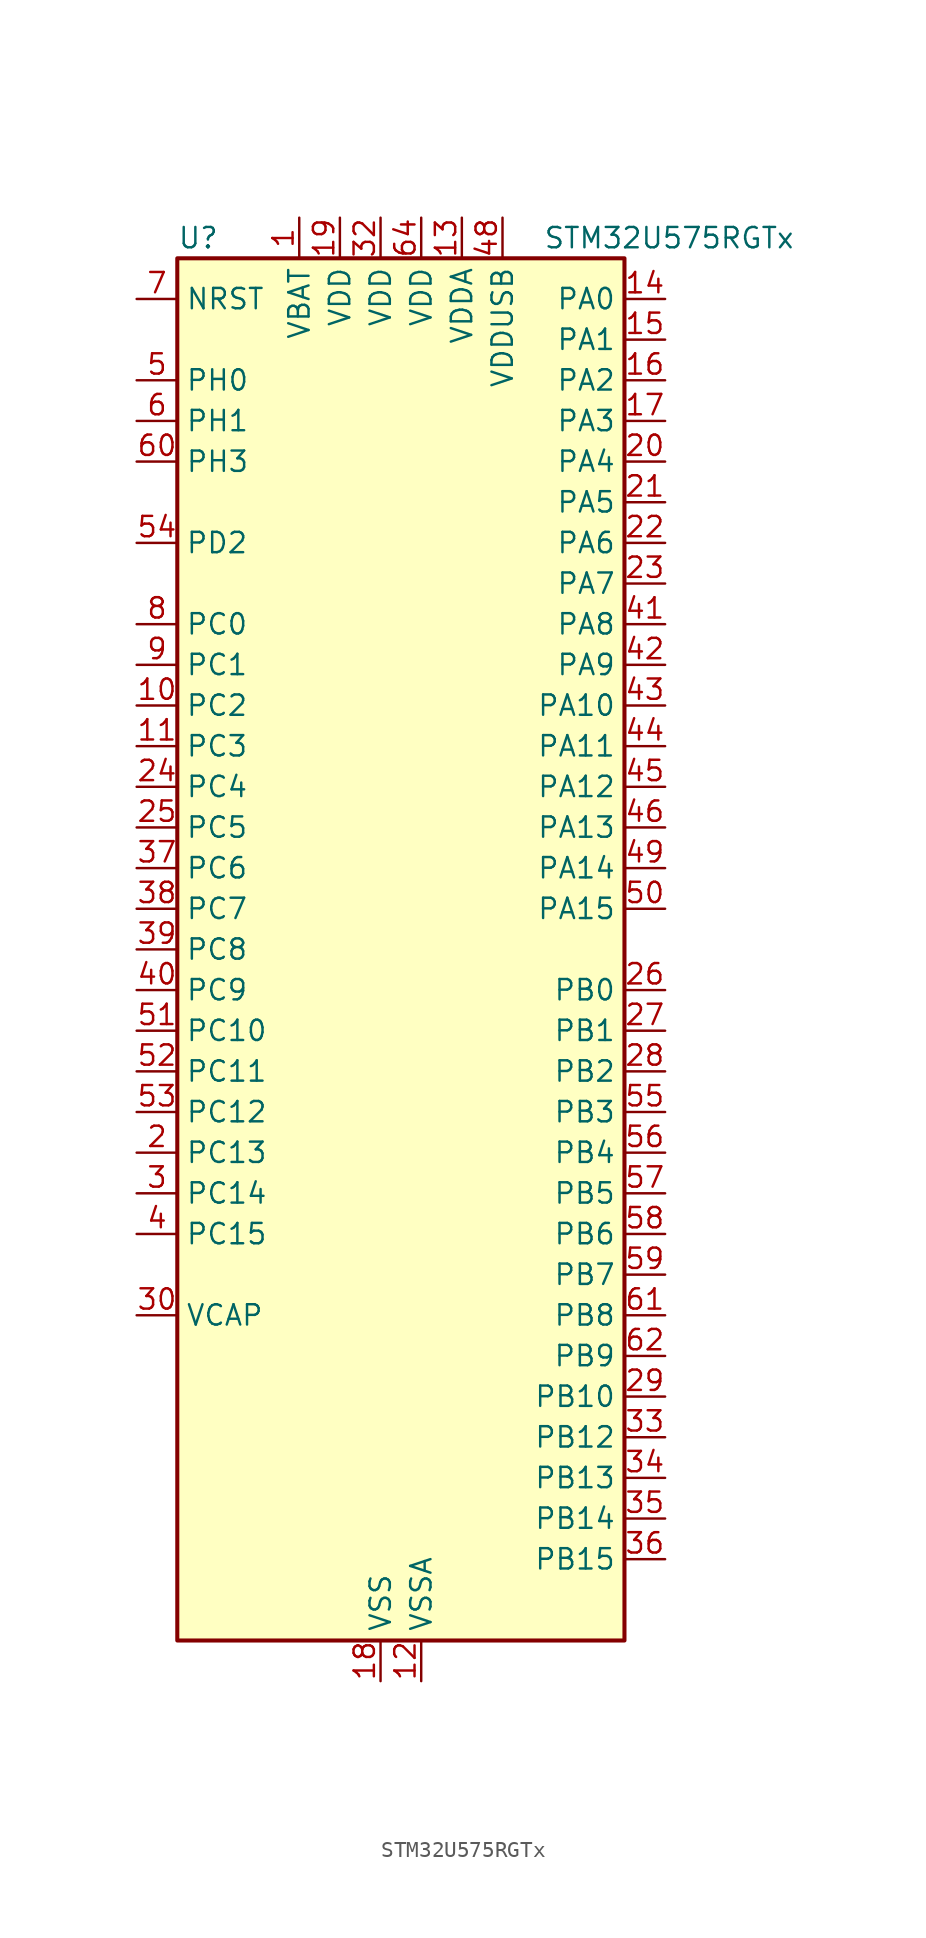
<source format=kicad_sym>
(kicad_symbol_lib
  (version 20211014)
  (generator kicad-library-utils)
  (symbol "STM32U575RGTx"
    (property "Reference" "U"
      (at -12.7 44.45 0)
      (effects (font (size 1.27 1.27)) (justify left)))
    (property "Value" "STM32U575RGTx"
      (at 10.16 44.45 0)
      (effects (font (size 1.27 1.27)) (justify left)))
    (property "ki_fp_filters" "LQFP*10x10mm*P0.5mm*"
      (at 0.0 0.0 0.0)
      (effects (font (size 1.27 1.27))))
    (symbol "STM32U575RGTx_0_1"
      (rectangle (start -12.7 -43.18) (end 15.24 43.18) (stroke (width 0.254)) (fill (type background))))
    (symbol "STM32U575RGTx_1_1"
      (pin input line (at -15.24 40.64 0) (length 2.54) (name "NRST" (effects (font (size 1.27 1.27)))) (number "7" (effects (font (size 1.27 1.27)))))
      (pin bidirectional line (at -15.24 35.56 0) (length 2.54) (name "PH0" (effects (font (size 1.27 1.27)))) (number "5" (effects (font (size 1.27 1.27)))) (alternate "RCC_OSC_IN" bidirectional line))
      (pin bidirectional line (at -15.24 33.02 0) (length 2.54) (name "PH1" (effects (font (size 1.27 1.27)))) (number "6" (effects (font (size 1.27 1.27)))) (alternate "RCC_OSC_OUT" bidirectional line))
      (pin bidirectional line (at -15.24 30.48 0) (length 2.54) (name "PH3" (effects (font (size 1.27 1.27)))) (number "60" (effects (font (size 1.27 1.27)))))
      (pin bidirectional line (at -15.24 25.4 0) (length 2.54) (name "PD2" (effects (font (size 1.27 1.27)))) (number "54" (effects (font (size 1.27 1.27)))) (alternate "DCMI_D11" bidirectional line) (alternate "DEBUG_TRACED2" bidirectional line) (alternate "LPTIM4_ETR" bidirectional line) (alternate "PSSI_D11" bidirectional line) (alternate "SDMMC1_CMD" bidirectional line) (alternate "TIM3_ETR" bidirectional line) (alternate "TSC_SYNC" bidirectional line) (alternate "UART5_RX" bidirectional line) (alternate "USART3_DE" bidirectional line) (alternate "USART3_RTS" bidirectional line))
      (pin bidirectional line (at -15.24 20.32 0) (length 2.54) (name "PC0" (effects (font (size 1.27 1.27)))) (number "8" (effects (font (size 1.27 1.27)))) (alternate "ADC1_IN1" bidirectional line) (alternate "ADC4_IN1" bidirectional line) (alternate "I2C3_SCL" bidirectional line) (alternate "LPTIM1_IN1" bidirectional line) (alternate "LPTIM2_IN1" bidirectional line) (alternate "LPUART1_RX" bidirectional line) (alternate "MDF1_SDI4" bidirectional line) (alternate "OCTOSPIM_P1_IO7" bidirectional line) (alternate "SDMMC1_D5" bidirectional line) (alternate "SPI2_RDY" bidirectional line))
      (pin bidirectional line (at -15.24 17.78 0) (length 2.54) (name "PC1" (effects (font (size 1.27 1.27)))) (number "9" (effects (font (size 1.27 1.27)))) (alternate "ADC1_IN2" bidirectional line) (alternate "ADC4_IN2" bidirectional line) (alternate "DEBUG_TRACED0" bidirectional line) (alternate "I2C3_SDA" bidirectional line) (alternate "LPTIM1_CH1" bidirectional line) (alternate "LPUART1_TX" bidirectional line) (alternate "MDF1_CKI4" bidirectional line) (alternate "OCTOSPIM_P1_IO4" bidirectional line) (alternate "SAI1_SD_A" bidirectional line) (alternate "SDMMC2_CK" bidirectional line) (alternate "SPI2_MOSI" bidirectional line))
      (pin bidirectional line (at -15.24 15.24 0) (length 2.54) (name "PC2" (effects (font (size 1.27 1.27)))) (number "10" (effects (font (size 1.27 1.27)))) (alternate "ADC1_IN3" bidirectional line) (alternate "ADC4_IN3" bidirectional line) (alternate "LPTIM1_IN2" bidirectional line) (alternate "MDF1_CCK1" bidirectional line) (alternate "OCTOSPIM_P1_IO5" bidirectional line) (alternate "SPI2_MISO" bidirectional line))
      (pin bidirectional line (at -15.24 12.7 0) (length 2.54) (name "PC3" (effects (font (size 1.27 1.27)))) (number "11" (effects (font (size 1.27 1.27)))) (alternate "ADC1_IN4" bidirectional line) (alternate "ADC4_IN4" bidirectional line) (alternate "LPTIM1_ETR" bidirectional line) (alternate "LPTIM2_ETR" bidirectional line) (alternate "LPTIM3_CH1" bidirectional line) (alternate "OCTOSPIM_P1_IO6" bidirectional line) (alternate "SAI1_D1" bidirectional line) (alternate "SAI1_SD_A" bidirectional line) (alternate "SPI2_MOSI" bidirectional line))
      (pin bidirectional line (at -15.24 10.16 0) (length 2.54) (name "PC4" (effects (font (size 1.27 1.27)))) (number "24" (effects (font (size 1.27 1.27)))) (alternate "ADC1_IN13" bidirectional line) (alternate "ADC4_IN22" bidirectional line) (alternate "COMP1_INM" bidirectional line) (alternate "OCTOSPIM_P1_IO7" bidirectional line) (alternate "USART3_TX" bidirectional line))
      (pin bidirectional line (at -15.24 7.62 0) (length 2.54) (name "PC5" (effects (font (size 1.27 1.27)))) (number "25" (effects (font (size 1.27 1.27)))) (alternate "ADC1_IN14" bidirectional line) (alternate "ADC4_IN23" bidirectional line) (alternate "COMP1_INP" bidirectional line) (alternate "PSSI_D15" bidirectional line) (alternate "PWR_WKUP5" bidirectional line) (alternate "SAI1_D3" bidirectional line) (alternate "TAMP_IN4" bidirectional line) (alternate "TAMP_OUT5" bidirectional line) (alternate "TIM1_CH4N" bidirectional line) (alternate "USART3_RX" bidirectional line))
      (pin bidirectional line (at -15.24 5.08 0) (length 2.54) (name "PC6" (effects (font (size 1.27 1.27)))) (number "37" (effects (font (size 1.27 1.27)))) (alternate "DCMI_D0" bidirectional line) (alternate "MDF1_CKI3" bidirectional line) (alternate "PSSI_D0" bidirectional line) (alternate "PWR_CSLEEP" bidirectional line) (alternate "SDMMC1_D0DIR" bidirectional line) (alternate "SDMMC1_D6" bidirectional line) (alternate "SDMMC2_D6" bidirectional line) (alternate "TIM3_CH1" bidirectional line) (alternate "TIM8_CH1" bidirectional line) (alternate "TSC_G4_IO1" bidirectional line))
      (pin bidirectional line (at -15.24 2.54 0) (length 2.54) (name "PC7" (effects (font (size 1.27 1.27)))) (number "38" (effects (font (size 1.27 1.27)))) (alternate "DCMI_D1" bidirectional line) (alternate "LPTIM2_CH2" bidirectional line) (alternate "MDF1_SDI3" bidirectional line) (alternate "PSSI_D1" bidirectional line) (alternate "PWR_CDSTOP" bidirectional line) (alternate "SDMMC1_D123DIR" bidirectional line) (alternate "SDMMC1_D7" bidirectional line) (alternate "SDMMC2_D7" bidirectional line) (alternate "TIM3_CH2" bidirectional line) (alternate "TIM8_CH2" bidirectional line) (alternate "TSC_G4_IO2" bidirectional line))
      (pin bidirectional line (at -15.24 0.0 0) (length 2.54) (name "PC8" (effects (font (size 1.27 1.27)))) (number "39" (effects (font (size 1.27 1.27)))) (alternate "DCMI_D2" bidirectional line) (alternate "LPTIM3_CH1" bidirectional line) (alternate "PSSI_D2" bidirectional line) (alternate "PWR_SRDSTOP" bidirectional line) (alternate "SDMMC1_D0" bidirectional line) (alternate "TIM3_CH3" bidirectional line) (alternate "TIM8_CH3" bidirectional line) (alternate "TSC_G4_IO3" bidirectional line))
      (pin bidirectional line (at -15.24 -2.54 0) (length 2.54) (name "PC9" (effects (font (size 1.27 1.27)))) (number "40" (effects (font (size 1.27 1.27)))) (alternate "DAC1_EXTI9" bidirectional line) (alternate "DCMI_D3" bidirectional line) (alternate "DEBUG_TRACED0" bidirectional line) (alternate "LPTIM3_CH2" bidirectional line) (alternate "PSSI_D3" bidirectional line) (alternate "SDMMC1_D1" bidirectional line) (alternate "TIM3_CH4" bidirectional line) (alternate "TIM8_BKIN2" bidirectional line) (alternate "TIM8_CH4" bidirectional line) (alternate "TSC_G4_IO4" bidirectional line) (alternate "USB_OTG_FS_NOE" bidirectional line))
      (pin bidirectional line (at -15.24 -5.08 0) (length 2.54) (name "PC10" (effects (font (size 1.27 1.27)))) (number "51" (effects (font (size 1.27 1.27)))) (alternate "ADF1_CCK1" bidirectional line) (alternate "DCMI_D8" bidirectional line) (alternate "DEBUG_TRACED1" bidirectional line) (alternate "LPTIM3_ETR" bidirectional line) (alternate "PSSI_D8" bidirectional line) (alternate "SDMMC1_D2" bidirectional line) (alternate "SPI3_SCK" bidirectional line) (alternate "TSC_G3_IO2" bidirectional line) (alternate "UART4_TX" bidirectional line) (alternate "USART3_TX" bidirectional line))
      (pin bidirectional line (at -15.24 -7.62 0) (length 2.54) (name "PC11" (effects (font (size 1.27 1.27)))) (number "52" (effects (font (size 1.27 1.27)))) (alternate "ADC1_EXTI11" bidirectional line) (alternate "ADF1_SDI0" bidirectional line) (alternate "DCMI_D2" bidirectional line) (alternate "DCMI_D4" bidirectional line) (alternate "LPTIM3_IN1" bidirectional line) (alternate "OCTOSPIM_P1_NCS" bidirectional line) (alternate "PSSI_D2" bidirectional line) (alternate "PSSI_D4" bidirectional line) (alternate "SDMMC1_D3" bidirectional line) (alternate "SPI3_MISO" bidirectional line) (alternate "TSC_G3_IO3" bidirectional line) (alternate "UART4_RX" bidirectional line) (alternate "UCPD1_FRSTX2" bidirectional line) (alternate "USART3_RX" bidirectional line))
      (pin bidirectional line (at -15.24 -10.16 0) (length 2.54) (name "PC12" (effects (font (size 1.27 1.27)))) (number "53" (effects (font (size 1.27 1.27)))) (alternate "DCMI_D9" bidirectional line) (alternate "DEBUG_TRACED3" bidirectional line) (alternate "PSSI_D9" bidirectional line) (alternate "SDMMC1_CK" bidirectional line) (alternate "SPI3_MOSI" bidirectional line) (alternate "TSC_G3_IO4" bidirectional line) (alternate "UART5_TX" bidirectional line) (alternate "USART3_CK" bidirectional line))
      (pin bidirectional line (at -15.24 -12.7 0) (length 2.54) (name "PC13" (effects (font (size 1.27 1.27)))) (number "2" (effects (font (size 1.27 1.27)))) (alternate "PWR_WKUP2" bidirectional line) (alternate "RTC_OUT1" bidirectional line) (alternate "RTC_TS" bidirectional line) (alternate "TAMP_IN1" bidirectional line) (alternate "TAMP_OUT2" bidirectional line))
      (pin bidirectional line (at -15.24 -15.24 0) (length 2.54) (name "PC14" (effects (font (size 1.27 1.27)))) (number "3" (effects (font (size 1.27 1.27)))) (alternate "RCC_OSC32_IN" bidirectional line))
      (pin bidirectional line (at -15.24 -17.78 0) (length 2.54) (name "PC15" (effects (font (size 1.27 1.27)))) (number "4" (effects (font (size 1.27 1.27)))) (alternate "ADC1_EXTI15" bidirectional line) (alternate "ADC4_EXTI15" bidirectional line) (alternate "RCC_OSC32_OUT" bidirectional line))
      (pin power_out line (at -15.24 -22.86 0) (length 2.54) (name "VCAP" (effects (font (size 1.27 1.27)))) (number "30" (effects (font (size 1.27 1.27)))))
      (pin bidirectional line (at 17.78 40.64 180) (length 2.54) (name "PA0" (effects (font (size 1.27 1.27)))) (number "14" (effects (font (size 1.27 1.27)))) (alternate "ADC1_IN5" bidirectional line) (alternate "AUDIOCLK" bidirectional line) (alternate "OCTOSPIM_P2_NCS" bidirectional line) (alternate "OPAMP1_VINP" bidirectional line) (alternate "PWR_WKUP1" bidirectional line) (alternate "SDMMC2_CMD" bidirectional line) (alternate "SPI3_RDY" bidirectional line) (alternate "TAMP_IN2" bidirectional line) (alternate "TAMP_OUT1" bidirectional line) (alternate "TIM2_CH1" bidirectional line) (alternate "TIM2_ETR" bidirectional line) (alternate "TIM5_CH1" bidirectional line) (alternate "TIM8_ETR" bidirectional line) (alternate "UART4_TX" bidirectional line) (alternate "USART2_CTS" bidirectional line))
      (pin bidirectional line (at 17.78 38.1 180) (length 2.54) (name "PA1" (effects (font (size 1.27 1.27)))) (number "15" (effects (font (size 1.27 1.27)))) (alternate "ADC1_IN6" bidirectional line) (alternate "I2C1_SMBA" bidirectional line) (alternate "LPTIM1_CH2" bidirectional line) (alternate "OCTOSPIM_P1_DQS" bidirectional line) (alternate "OPAMP1_VINM" bidirectional line) (alternate "PWR_WKUP3" bidirectional line) (alternate "SPI1_SCK" bidirectional line) (alternate "TAMP_IN5" bidirectional line) (alternate "TAMP_OUT4" bidirectional line) (alternate "TIM15_CH1N" bidirectional line) (alternate "TIM2_CH2" bidirectional line) (alternate "TIM5_CH2" bidirectional line) (alternate "UART4_RX" bidirectional line) (alternate "USART2_DE" bidirectional line) (alternate "USART2_RTS" bidirectional line))
      (pin bidirectional line (at 17.78 35.56 180) (length 2.54) (name "PA2" (effects (font (size 1.27 1.27)))) (number "16" (effects (font (size 1.27 1.27)))) (alternate "ADC1_IN7" bidirectional line) (alternate "COMP1_INP" bidirectional line) (alternate "LPUART1_TX" bidirectional line) (alternate "OCTOSPIM_P1_NCS" bidirectional line) (alternate "PWR_WKUP4" bidirectional line) (alternate "RCC_LSCO" bidirectional line) (alternate "SPI1_RDY" bidirectional line) (alternate "TIM15_CH1" bidirectional line) (alternate "TIM2_CH3" bidirectional line) (alternate "TIM5_CH3" bidirectional line) (alternate "UCPD1_FRSTX1" bidirectional line) (alternate "USART2_TX" bidirectional line))
      (pin bidirectional line (at 17.78 33.02 180) (length 2.54) (name "PA3" (effects (font (size 1.27 1.27)))) (number "17" (effects (font (size 1.27 1.27)))) (alternate "ADC1_IN8" bidirectional line) (alternate "LPUART1_RX" bidirectional line) (alternate "OCTOSPIM_P1_CLK" bidirectional line) (alternate "OPAMP1_VOUT" bidirectional line) (alternate "PWR_WKUP5" bidirectional line) (alternate "SAI1_CK1" bidirectional line) (alternate "SAI1_MCLK_A" bidirectional line) (alternate "TIM15_CH2" bidirectional line) (alternate "TIM2_CH4" bidirectional line) (alternate "TIM5_CH4" bidirectional line) (alternate "USART2_RX" bidirectional line))
      (pin bidirectional line (at 17.78 30.48 180) (length 2.54) (name "PA4" (effects (font (size 1.27 1.27)))) (number "20" (effects (font (size 1.27 1.27)))) (alternate "ADC1_IN9" bidirectional line) (alternate "ADC4_IN9" bidirectional line) (alternate "DAC1_OUT1" bidirectional line) (alternate "DCMI_HSYNC" bidirectional line) (alternate "LPTIM2_CH1" bidirectional line) (alternate "OCTOSPIM_P1_NCS" bidirectional line) (alternate "PSSI_DE" bidirectional line) (alternate "PWR_WKUP2" bidirectional line) (alternate "SAI1_FS_B" bidirectional line) (alternate "SPI1_NSS" bidirectional line) (alternate "SPI3_NSS" bidirectional line) (alternate "USART2_CK" bidirectional line))
      (pin bidirectional line (at 17.78 27.94 180) (length 2.54) (name "PA5" (effects (font (size 1.27 1.27)))) (number "21" (effects (font (size 1.27 1.27)))) (alternate "ADC1_IN10" bidirectional line) (alternate "ADC4_IN10" bidirectional line) (alternate "DAC1_OUT2" bidirectional line) (alternate "LPTIM2_ETR" bidirectional line) (alternate "PSSI_D14" bidirectional line) (alternate "PWR_CSLEEP" bidirectional line) (alternate "PWR_WKUP6" bidirectional line) (alternate "SPI1_SCK" bidirectional line) (alternate "TIM2_CH1" bidirectional line) (alternate "TIM2_ETR" bidirectional line) (alternate "TIM8_CH1N" bidirectional line) (alternate "USART3_RX" bidirectional line))
      (pin bidirectional line (at 17.78 25.4 180) (length 2.54) (name "PA6" (effects (font (size 1.27 1.27)))) (number "22" (effects (font (size 1.27 1.27)))) (alternate "ADC1_IN11" bidirectional line) (alternate "ADC4_IN11" bidirectional line) (alternate "DCMI_PIXCLK" bidirectional line) (alternate "LPUART1_CTS" bidirectional line) (alternate "OCTOSPIM_P1_IO3" bidirectional line) (alternate "OPAMP2_VINP" bidirectional line) (alternate "PSSI_PDCK" bidirectional line) (alternate "PWR_CDSTOP" bidirectional line) (alternate "PWR_WKUP7" bidirectional line) (alternate "SPI1_MISO" bidirectional line) (alternate "TIM16_CH1" bidirectional line) (alternate "TIM1_BKIN" bidirectional line) (alternate "TIM3_CH1" bidirectional line) (alternate "TIM8_BKIN" bidirectional line) (alternate "USART3_CTS" bidirectional line))
      (pin bidirectional line (at 17.78 22.86 180) (length 2.54) (name "PA7" (effects (font (size 1.27 1.27)))) (number "23" (effects (font (size 1.27 1.27)))) (alternate "ADC1_IN12" bidirectional line) (alternate "ADC4_IN20" bidirectional line) (alternate "I2C3_SCL" bidirectional line) (alternate "LPTIM2_CH2" bidirectional line) (alternate "OCTOSPIM_P1_IO2" bidirectional line) (alternate "OPAMP2_VINM" bidirectional line) (alternate "PWR_SRDSTOP" bidirectional line) (alternate "PWR_WKUP8" bidirectional line) (alternate "SPI1_MOSI" bidirectional line) (alternate "TIM17_CH1" bidirectional line) (alternate "TIM1_CH1N" bidirectional line) (alternate "TIM3_CH2" bidirectional line) (alternate "TIM8_CH1N" bidirectional line) (alternate "USART3_TX" bidirectional line))
      (pin bidirectional line (at 17.78 20.32 180) (length 2.54) (name "PA8" (effects (font (size 1.27 1.27)))) (number "41" (effects (font (size 1.27 1.27)))) (alternate "DEBUG_TRACECLK" bidirectional line) (alternate "LPTIM2_CH1" bidirectional line) (alternate "RCC_MCO" bidirectional line) (alternate "SAI1_CK2" bidirectional line) (alternate "SAI1_SCK_A" bidirectional line) (alternate "SPI1_RDY" bidirectional line) (alternate "TIM1_CH1" bidirectional line) (alternate "USART1_CK" bidirectional line) (alternate "USB_OTG_FS_SOF" bidirectional line))
      (pin bidirectional line (at 17.78 17.78 180) (length 2.54) (name "PA9" (effects (font (size 1.27 1.27)))) (number "42" (effects (font (size 1.27 1.27)))) (alternate "DAC1_EXTI9" bidirectional line) (alternate "DCMI_D0" bidirectional line) (alternate "PSSI_D0" bidirectional line) (alternate "SAI1_FS_A" bidirectional line) (alternate "SPI2_SCK" bidirectional line) (alternate "TIM15_BKIN" bidirectional line) (alternate "TIM1_CH2" bidirectional line) (alternate "USART1_TX" bidirectional line) (alternate "USB_OTG_FS_VBUS" bidirectional line))
      (pin bidirectional line (at 17.78 15.24 180) (length 2.54) (name "PA10" (effects (font (size 1.27 1.27)))) (number "43" (effects (font (size 1.27 1.27)))) (alternate "CRS_SYNC" bidirectional line) (alternate "DCMI_D1" bidirectional line) (alternate "LPTIM2_IN2" bidirectional line) (alternate "PSSI_D1" bidirectional line) (alternate "SAI1_D1" bidirectional line) (alternate "SAI1_SD_A" bidirectional line) (alternate "TIM17_BKIN" bidirectional line) (alternate "TIM1_CH3" bidirectional line) (alternate "USART1_RX" bidirectional line) (alternate "USB_OTG_FS_ID" bidirectional line))
      (pin bidirectional line (at 17.78 12.7 180) (length 2.54) (name "PA11" (effects (font (size 1.27 1.27)))) (number "44" (effects (font (size 1.27 1.27)))) (alternate "ADC1_EXTI11" bidirectional line) (alternate "FDCAN1_RX" bidirectional line) (alternate "SPI1_MISO" bidirectional line) (alternate "TIM1_BKIN2" bidirectional line) (alternate "TIM1_CH4" bidirectional line) (alternate "USART1_CTS" bidirectional line) (alternate "USB_OTG_FS_DM" bidirectional line))
      (pin bidirectional line (at 17.78 10.16 180) (length 2.54) (name "PA12" (effects (font (size 1.27 1.27)))) (number "45" (effects (font (size 1.27 1.27)))) (alternate "FDCAN1_TX" bidirectional line) (alternate "OCTOSPIM_P2_NCS" bidirectional line) (alternate "SPI1_MOSI" bidirectional line) (alternate "TIM1_ETR" bidirectional line) (alternate "USART1_DE" bidirectional line) (alternate "USART1_RTS" bidirectional line) (alternate "USB_OTG_FS_DP" bidirectional line))
      (pin bidirectional line (at 17.78 7.62 180) (length 2.54) (name "PA13" (effects (font (size 1.27 1.27)))) (number "46" (effects (font (size 1.27 1.27)))) (alternate "DEBUG_JTMS-SWDIO" bidirectional line) (alternate "IR_OUT" bidirectional line) (alternate "SAI1_SD_B" bidirectional line) (alternate "USB_OTG_FS_NOE" bidirectional line))
      (pin bidirectional line (at 17.78 5.08 180) (length 2.54) (name "PA14" (effects (font (size 1.27 1.27)))) (number "49" (effects (font (size 1.27 1.27)))) (alternate "DEBUG_JTCK-SWCLK" bidirectional line) (alternate "I2C1_SMBA" bidirectional line) (alternate "I2C4_SMBA" bidirectional line) (alternate "LPTIM1_CH1" bidirectional line) (alternate "SAI1_FS_B" bidirectional line) (alternate "USB_OTG_FS_SOF" bidirectional line))
      (pin bidirectional line (at 17.78 2.54 180) (length 2.54) (name "PA15" (effects (font (size 1.27 1.27)))) (number "50" (effects (font (size 1.27 1.27)))) (alternate "ADC1_EXTI15" bidirectional line) (alternate "ADC4_EXTI15" bidirectional line) (alternate "DEBUG_JTDI" bidirectional line) (alternate "SPI1_NSS" bidirectional line) (alternate "SPI3_NSS" bidirectional line) (alternate "TIM2_CH1" bidirectional line) (alternate "TIM2_ETR" bidirectional line) (alternate "UART4_DE" bidirectional line) (alternate "UART4_RTS" bidirectional line) (alternate "UCPD1_CC1" bidirectional line) (alternate "USART2_RX" bidirectional line) (alternate "USART3_DE" bidirectional line) (alternate "USART3_RTS" bidirectional line))
      (pin bidirectional line (at 17.78 -2.54 180) (length 2.54) (name "PB0" (effects (font (size 1.27 1.27)))) (number "26" (effects (font (size 1.27 1.27)))) (alternate "ADC1_IN15" bidirectional line) (alternate "ADC4_IN18" bidirectional line) (alternate "AUDIOCLK" bidirectional line) (alternate "COMP1_OUT" bidirectional line) (alternate "LPTIM3_CH1" bidirectional line) (alternate "OCTOSPIM_P1_IO1" bidirectional line) (alternate "OPAMP2_VOUT" bidirectional line) (alternate "SPI1_NSS" bidirectional line) (alternate "TIM1_CH2N" bidirectional line) (alternate "TIM3_CH3" bidirectional line) (alternate "TIM8_CH2N" bidirectional line) (alternate "USART3_CK" bidirectional line))
      (pin bidirectional line (at 17.78 -5.08 180) (length 2.54) (name "PB1" (effects (font (size 1.27 1.27)))) (number "27" (effects (font (size 1.27 1.27)))) (alternate "ADC1_IN16" bidirectional line) (alternate "ADC4_IN19" bidirectional line) (alternate "COMP1_INM" bidirectional line) (alternate "LPTIM2_IN1" bidirectional line) (alternate "LPTIM3_CH2" bidirectional line) (alternate "LPUART1_DE" bidirectional line) (alternate "LPUART1_RTS" bidirectional line) (alternate "MDF1_SDI0" bidirectional line) (alternate "OCTOSPIM_P1_IO0" bidirectional line) (alternate "PWR_WKUP4" bidirectional line) (alternate "TIM1_CH3N" bidirectional line) (alternate "TIM3_CH4" bidirectional line) (alternate "TIM8_CH3N" bidirectional line) (alternate "USART3_DE" bidirectional line) (alternate "USART3_RTS" bidirectional line))
      (pin bidirectional line (at 17.78 -7.62 180) (length 2.54) (name "PB2" (effects (font (size 1.27 1.27)))) (number "28" (effects (font (size 1.27 1.27)))) (alternate "ADC1_IN17" bidirectional line) (alternate "COMP1_INP" bidirectional line) (alternate "I2C3_SMBA" bidirectional line) (alternate "LPTIM1_CH1" bidirectional line) (alternate "MDF1_CKI0" bidirectional line) (alternate "OCTOSPIM_P1_DQS" bidirectional line) (alternate "PWR_WKUP1" bidirectional line) (alternate "RTC_OUT2" bidirectional line) (alternate "SPI1_RDY" bidirectional line) (alternate "TIM8_CH4N" bidirectional line) (alternate "UCPD1_FRSTX1" bidirectional line))
      (pin bidirectional line (at 17.78 -10.16 180) (length 2.54) (name "PB3" (effects (font (size 1.27 1.27)))) (number "55" (effects (font (size 1.27 1.27)))) (alternate "ADF1_CCK0" bidirectional line) (alternate "COMP2_INM" bidirectional line) (alternate "CRS_SYNC" bidirectional line) (alternate "DEBUG_JTDO-SWO" bidirectional line) (alternate "I2C1_SDA" bidirectional line) (alternate "LPTIM1_CH1" bidirectional line) (alternate "SAI1_SCK_B" bidirectional line) (alternate "SDMMC2_D2" bidirectional line) (alternate "SPI1_SCK" bidirectional line) (alternate "SPI3_SCK" bidirectional line) (alternate "TIM2_CH2" bidirectional line) (alternate "USART1_DE" bidirectional line) (alternate "USART1_RTS" bidirectional line))
      (pin bidirectional line (at 17.78 -12.7 180) (length 2.54) (name "PB4" (effects (font (size 1.27 1.27)))) (number "56" (effects (font (size 1.27 1.27)))) (alternate "ADF1_SDI0" bidirectional line) (alternate "COMP2_INP" bidirectional line) (alternate "DCMI_D12" bidirectional line) (alternate "DEBUG_JTRST" bidirectional line) (alternate "I2C3_SDA" bidirectional line) (alternate "LPTIM1_CH2" bidirectional line) (alternate "PSSI_D12" bidirectional line) (alternate "SAI1_MCLK_B" bidirectional line) (alternate "SDMMC2_D3" bidirectional line) (alternate "SPI1_MISO" bidirectional line) (alternate "SPI3_MISO" bidirectional line) (alternate "TIM17_BKIN" bidirectional line) (alternate "TIM3_CH1" bidirectional line) (alternate "TSC_G2_IO1" bidirectional line) (alternate "UART5_DE" bidirectional line) (alternate "UART5_RTS" bidirectional line) (alternate "USART1_CTS" bidirectional line))
      (pin bidirectional line (at 17.78 -15.24 180) (length 2.54) (name "PB5" (effects (font (size 1.27 1.27)))) (number "57" (effects (font (size 1.27 1.27)))) (alternate "COMP2_OUT" bidirectional line) (alternate "DCMI_D10" bidirectional line) (alternate "I2C1_SMBA" bidirectional line) (alternate "LPTIM1_IN1" bidirectional line) (alternate "OCTOSPIM_P1_NCLK" bidirectional line) (alternate "PSSI_D10" bidirectional line) (alternate "PWR_WKUP6" bidirectional line) (alternate "SAI1_SD_B" bidirectional line) (alternate "SPI1_MOSI" bidirectional line) (alternate "SPI3_MOSI" bidirectional line) (alternate "TIM16_BKIN" bidirectional line) (alternate "TIM3_CH2" bidirectional line) (alternate "TSC_G2_IO2" bidirectional line) (alternate "UART5_CTS" bidirectional line) (alternate "UCPD1_DBCC1" bidirectional line) (alternate "USART1_CK" bidirectional line))
      (pin bidirectional line (at 17.78 -17.78 180) (length 2.54) (name "PB6" (effects (font (size 1.27 1.27)))) (number "58" (effects (font (size 1.27 1.27)))) (alternate "COMP2_INP" bidirectional line) (alternate "DCMI_D5" bidirectional line) (alternate "I2C1_SCL" bidirectional line) (alternate "I2C4_SCL" bidirectional line) (alternate "LPTIM1_ETR" bidirectional line) (alternate "MDF1_SDI5" bidirectional line) (alternate "PSSI_D5" bidirectional line) (alternate "PWR_WKUP3" bidirectional line) (alternate "SAI1_FS_B" bidirectional line) (alternate "TIM16_CH1N" bidirectional line) (alternate "TIM4_CH1" bidirectional line) (alternate "TIM8_BKIN2" bidirectional line) (alternate "TSC_G2_IO3" bidirectional line) (alternate "USART1_TX" bidirectional line))
      (pin bidirectional line (at 17.78 -20.32 180) (length 2.54) (name "PB7" (effects (font (size 1.27 1.27)))) (number "59" (effects (font (size 1.27 1.27)))) (alternate "COMP2_INM" bidirectional line) (alternate "DCMI_VSYNC" bidirectional line) (alternate "I2C1_SDA" bidirectional line) (alternate "I2C4_SDA" bidirectional line) (alternate "LPTIM1_IN2" bidirectional line) (alternate "MDF1_CKI5" bidirectional line) (alternate "PSSI_RDY" bidirectional line) (alternate "PWR_PVD_IN" bidirectional line) (alternate "PWR_WKUP4" bidirectional line) (alternate "TIM17_CH1N" bidirectional line) (alternate "TIM4_CH2" bidirectional line) (alternate "TIM8_BKIN" bidirectional line) (alternate "TSC_G2_IO4" bidirectional line) (alternate "UART4_CTS" bidirectional line) (alternate "USART1_RX" bidirectional line))
      (pin bidirectional line (at 17.78 -22.86 180) (length 2.54) (name "PB8" (effects (font (size 1.27 1.27)))) (number "61" (effects (font (size 1.27 1.27)))) (alternate "DCMI_D6" bidirectional line) (alternate "FDCAN1_RX" bidirectional line) (alternate "I2C1_SCL" bidirectional line) (alternate "MDF1_CCK0" bidirectional line) (alternate "PSSI_D6" bidirectional line) (alternate "PWR_WKUP5" bidirectional line) (alternate "SAI1_CK1" bidirectional line) (alternate "SAI1_MCLK_A" bidirectional line) (alternate "SDMMC1_CKIN" bidirectional line) (alternate "SDMMC1_D4" bidirectional line) (alternate "SDMMC2_D4" bidirectional line) (alternate "SPI3_RDY" bidirectional line) (alternate "TIM16_CH1" bidirectional line) (alternate "TIM4_CH3" bidirectional line))
      (pin bidirectional line (at 17.78 -25.4 180) (length 2.54) (name "PB9" (effects (font (size 1.27 1.27)))) (number "62" (effects (font (size 1.27 1.27)))) (alternate "DAC1_EXTI9" bidirectional line) (alternate "DCMI_D7" bidirectional line) (alternate "FDCAN1_TX" bidirectional line) (alternate "I2C1_SDA" bidirectional line) (alternate "IR_OUT" bidirectional line) (alternate "PSSI_D7" bidirectional line) (alternate "SAI1_D2" bidirectional line) (alternate "SAI1_FS_A" bidirectional line) (alternate "SDMMC1_CDIR" bidirectional line) (alternate "SDMMC1_D5" bidirectional line) (alternate "SDMMC2_D5" bidirectional line) (alternate "SPI2_NSS" bidirectional line) (alternate "TIM17_CH1" bidirectional line) (alternate "TIM4_CH4" bidirectional line))
      (pin bidirectional line (at 17.78 -27.94 180) (length 2.54) (name "PB10" (effects (font (size 1.27 1.27)))) (number "29" (effects (font (size 1.27 1.27)))) (alternate "COMP1_OUT" bidirectional line) (alternate "I2C2_SCL" bidirectional line) (alternate "I2C4_SCL" bidirectional line) (alternate "LPTIM3_CH1" bidirectional line) (alternate "LPUART1_RX" bidirectional line) (alternate "OCTOSPIM_P1_CLK" bidirectional line) (alternate "PWR_WKUP8" bidirectional line) (alternate "SAI1_SCK_A" bidirectional line) (alternate "SPI2_SCK" bidirectional line) (alternate "TIM2_CH3" bidirectional line) (alternate "TSC_SYNC" bidirectional line) (alternate "USART3_TX" bidirectional line))
      (pin bidirectional line (at 17.78 -30.48 180) (length 2.54) (name "PB12" (effects (font (size 1.27 1.27)))) (number "33" (effects (font (size 1.27 1.27)))) (alternate "I2C2_SMBA" bidirectional line) (alternate "LPUART1_DE" bidirectional line) (alternate "LPUART1_RTS" bidirectional line) (alternate "MDF1_SDI1" bidirectional line) (alternate "OCTOSPIM_P1_NCLK" bidirectional line) (alternate "SPI2_NSS" bidirectional line) (alternate "TIM15_BKIN" bidirectional line) (alternate "TIM1_BKIN" bidirectional line) (alternate "TSC_G1_IO1" bidirectional line) (alternate "USART3_CK" bidirectional line))
      (pin bidirectional line (at 17.78 -33.02 180) (length 2.54) (name "PB13" (effects (font (size 1.27 1.27)))) (number "34" (effects (font (size 1.27 1.27)))) (alternate "I2C2_SCL" bidirectional line) (alternate "LPTIM3_IN1" bidirectional line) (alternate "LPUART1_CTS" bidirectional line) (alternate "MDF1_CKI1" bidirectional line) (alternate "SPI2_SCK" bidirectional line) (alternate "TIM15_CH1N" bidirectional line) (alternate "TIM1_CH1N" bidirectional line) (alternate "TSC_G1_IO2" bidirectional line) (alternate "USART3_CTS" bidirectional line))
      (pin bidirectional line (at 17.78 -35.56 180) (length 2.54) (name "PB14" (effects (font (size 1.27 1.27)))) (number "35" (effects (font (size 1.27 1.27)))) (alternate "I2C2_SDA" bidirectional line) (alternate "LPTIM3_ETR" bidirectional line) (alternate "MDF1_SDI2" bidirectional line) (alternate "SDMMC2_D0" bidirectional line) (alternate "SPI2_MISO" bidirectional line) (alternate "TIM15_CH1" bidirectional line) (alternate "TIM1_CH2N" bidirectional line) (alternate "TIM8_CH2N" bidirectional line) (alternate "TSC_G1_IO3" bidirectional line) (alternate "UCPD1_DBCC2" bidirectional line) (alternate "USART3_DE" bidirectional line) (alternate "USART3_RTS" bidirectional line))
      (pin bidirectional line (at 17.78 -38.1 180) (length 2.54) (name "PB15" (effects (font (size 1.27 1.27)))) (number "36" (effects (font (size 1.27 1.27)))) (alternate "ADC1_EXTI15" bidirectional line) (alternate "ADC4_EXTI15" bidirectional line) (alternate "LPTIM2_IN2" bidirectional line) (alternate "MDF1_CKI2" bidirectional line) (alternate "PWR_WKUP7" bidirectional line) (alternate "RTC_REFIN" bidirectional line) (alternate "SDMMC2_D1" bidirectional line) (alternate "SPI2_MOSI" bidirectional line) (alternate "TIM15_CH2" bidirectional line) (alternate "TIM1_CH3N" bidirectional line) (alternate "TIM8_CH3N" bidirectional line) (alternate "UCPD1_CC2" bidirectional line))
      (pin power_in line (at -5.08 45.72 270) (length 2.54) (name "VBAT" (effects (font (size 1.27 1.27)))) (number "1" (effects (font (size 1.27 1.27)))))
      (pin power_in line (at -2.54 45.72 270) (length 2.54) (name "VDD" (effects (font (size 1.27 1.27)))) (number "19" (effects (font (size 1.27 1.27)))))
      (pin power_in line (at 0.0 45.72 270) (length 2.54) (name "VDD" (effects (font (size 1.27 1.27)))) (number "32" (effects (font (size 1.27 1.27)))))
      (pin power_in line (at 2.54 45.72 270) (length 2.54) (name "VDD" (effects (font (size 1.27 1.27)))) (number "64" (effects (font (size 1.27 1.27)))))
      (pin power_in line (at 5.08 45.72 270) (length 2.54) (name "VDDA" (effects (font (size 1.27 1.27)))) (number "13" (effects (font (size 1.27 1.27)))))
      (pin power_in line (at 7.62 45.72 270) (length 2.54) (name "VDDUSB" (effects (font (size 1.27 1.27)))) (number "48" (effects (font (size 1.27 1.27)))))
      (pin power_in line (at 0.0 -45.72 90) (length 2.54) (name "VSS" (effects (font (size 1.27 1.27)))) (number "18" (effects (font (size 1.27 1.27)))))
      (pin passive line (at 0.0 -45.72 90) (length 2.54) hide (name "VSS" (effects (font (size 1.27 1.27)))) (number "31" (effects (font (size 1.27 1.27)))))
      (pin passive line (at 0.0 -45.72 90) (length 2.54) hide (name "VSS" (effects (font (size 1.27 1.27)))) (number "47" (effects (font (size 1.27 1.27)))))
      (pin passive line (at 0.0 -45.72 90) (length 2.54) hide (name "VSS" (effects (font (size 1.27 1.27)))) (number "63" (effects (font (size 1.27 1.27)))))
      (pin power_in line (at 2.54 -45.72 90) (length 2.54) (name "VSSA" (effects (font (size 1.27 1.27)))) (number "12" (effects (font (size 1.27 1.27))))))))
</source>
